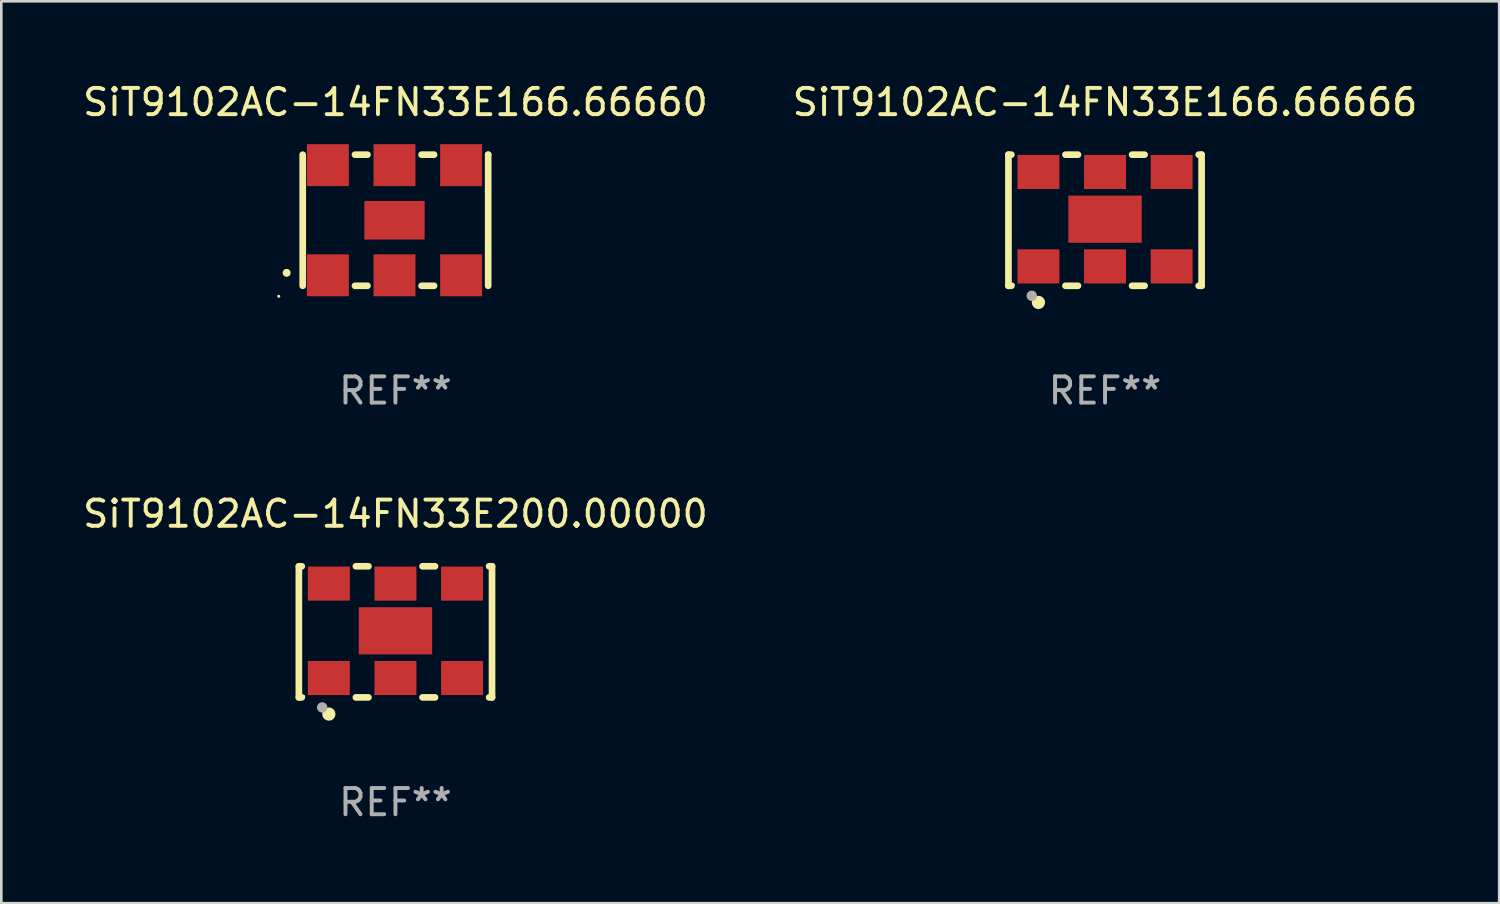
<source format=kicad_pcb>
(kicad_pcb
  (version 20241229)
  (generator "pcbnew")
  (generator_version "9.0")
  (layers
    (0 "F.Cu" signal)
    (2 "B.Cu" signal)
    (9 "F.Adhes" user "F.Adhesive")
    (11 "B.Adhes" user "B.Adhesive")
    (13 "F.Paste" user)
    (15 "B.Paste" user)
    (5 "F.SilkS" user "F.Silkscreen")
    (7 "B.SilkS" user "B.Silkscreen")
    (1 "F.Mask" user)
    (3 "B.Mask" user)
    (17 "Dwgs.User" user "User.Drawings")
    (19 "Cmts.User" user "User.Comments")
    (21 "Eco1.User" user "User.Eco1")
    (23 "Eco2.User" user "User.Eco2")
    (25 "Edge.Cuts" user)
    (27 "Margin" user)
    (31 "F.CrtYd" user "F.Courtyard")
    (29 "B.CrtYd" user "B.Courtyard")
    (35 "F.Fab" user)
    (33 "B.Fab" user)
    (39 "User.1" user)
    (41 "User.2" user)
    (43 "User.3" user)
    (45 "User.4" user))
  (footprint "SiT9102AC-14FN33E166.66660"
    (layer "F.Cu")
    (at 12.03 5.348)
    (property "Reference" "SiT9102AC-14FN33E166.66660" (at 0 -4.5 0) (layer "F.SilkS") (effects (font (size 1 1) (thickness 0.15))))
    (attr through_hole)
    (fp_line (start -3.536 -2.5) (end -3.536 2.5) (stroke (width 0.254) (type solid)) (layer "F.SilkS"))
    (fp_line (start -1.544 2.5) (end -1.067 2.5) (stroke (width 0.254) (type solid)) (layer "F.SilkS"))
    (fp_line (start -1.067 -2.5) (end -1.544 -2.5) (stroke (width 0.254) (type solid)) (layer "F.SilkS"))
    (fp_line (start 0.996 2.5) (end 1.473 2.5) (stroke (width 0.254) (type solid)) (layer "F.SilkS"))
    (fp_line (start 1.473 -2.5) (end 0.996 -2.5) (stroke (width 0.254) (type solid)) (layer "F.SilkS"))
    (fp_line (start 3.536 -2.5) (end 3.536 -2.5) (stroke (width 0.254) (type solid)) (layer "F.SilkS"))
    (fp_line (start 3.536 2.5) (end 3.536 -2.5) (stroke (width 0.254) (type solid)) (layer "F.SilkS"))
    (fp_arc (start -4.150432 2.006604) (mid -4.149162 2.006599) (end -4.147892 2.006604) (stroke (width 0.3) (type solid)) (layer "F.SilkS"))
    (fp_circle (center -4.449 2.9) (end -4.419 2.9) (stroke (width 0.06) (type solid)) (fill no) (layer "F.SilkS"))
    (fp_text user "REF**" (at 0 6.5 0) (layer "F.Fab") (effects (font (size 1 1) (thickness 0.15))))
    (pad "1" smd rect (at -2.576 2.1) (size 1.6 1.6) (layers "F.Cu" "F.Mask" "F.Paste"))
    (pad "2" smd rect (at -0.036 2.1) (size 1.6 1.6) (layers "F.Cu" "F.Mask" "F.Paste"))
    (pad "3" smd rect (at 2.504 2.1) (size 1.6 1.6) (layers "F.Cu" "F.Mask" "F.Paste"))
    (pad "4" smd rect (at 2.504 -2.1) (size 1.6 1.6) (layers "F.Cu" "F.Mask" "F.Paste"))
    (pad "5" smd rect (at -0.036 -2.1) (size 1.6 1.6) (layers "F.Cu" "F.Mask" "F.Paste"))
    (pad "6" smd rect (at -2.576 -2.1) (size 1.6 1.6) (layers "F.Cu" "F.Mask" "F.Paste"))
    (pad "7" smd rect (at -0.036 0) (size 2.3 1.47) (layers "F.Cu" "F.Mask" "F.Paste")))
  (footprint "SiT9102AC-14FN33E200.00000"
    (layer "F.Cu")
    (at 12.03 21.045)
    (property "Reference" "SiT9102AC-14FN33E200.00000" (at 0 -4.5 0) (layer "F.SilkS") (effects (font (size 1 1) (thickness 0.15))))
    (attr through_hole)
    (fp_line (start -3.683 -2.5) (end -3.571 -2.5) (stroke (width 0.254) (type solid)) (layer "F.SilkS"))
    (fp_line (start -3.683 2.5) (end -3.683 -2.5) (stroke (width 0.254) (type solid)) (layer "F.SilkS"))
    (fp_line (start -3.683 2.5) (end -3.571 2.5) (stroke (width 0.254) (type solid)) (layer "F.SilkS"))
    (fp_line (start -1.509 -2.5) (end -1.031 -2.5) (stroke (width 0.254) (type solid)) (layer "F.SilkS"))
    (fp_line (start -1.509 2.5) (end -1.031 2.5) (stroke (width 0.254) (type solid)) (layer "F.SilkS"))
    (fp_line (start 1.031 -2.5) (end 1.509 -2.5) (stroke (width 0.254) (type solid)) (layer "F.SilkS"))
    (fp_line (start 1.031 2.5) (end 1.509 2.5) (stroke (width 0.254) (type solid)) (layer "F.SilkS"))
    (fp_line (start 3.571 -2.5) (end 3.683 -2.5) (stroke (width 0.254) (type solid)) (layer "F.SilkS"))
    (fp_line (start 3.571 2.5) (end 3.683 2.5) (stroke (width 0.254) (type solid)) (layer "F.SilkS"))
    (fp_line (start 3.683 2.5) (end 3.683 -2.5) (stroke (width 0.254) (type solid)) (layer "F.SilkS"))
    (fp_circle (center -3.5 2.46) (end -3.47 2.46) (stroke (width 0.06) (type solid)) (fill no) (layer "F.SilkS"))
    (fp_circle (center -2.54 3.135) (end -2.413 3.135) (stroke (width 0.254) (type solid)) (fill no) (layer "F.SilkS"))
    (fp_circle (center -2.794 2.881) (end -2.694 2.881) (stroke (width 0.2) (type solid)) (fill no) (layer "F.Fab"))
    (fp_text user "REF**" (at 0 6.5 0) (layer "F.Fab") (effects (font (size 1 1) (thickness 0.15))))
    (pad "1" smd rect (at -2.54 1.76) (size 1.6 1.3) (layers "F.Cu" "F.Mask" "F.Paste"))
    (pad "2" smd rect (at 0 1.76) (size 1.6 1.3) (layers "F.Cu" "F.Mask" "F.Paste"))
    (pad "3" smd rect (at 2.54 1.76) (size 1.6 1.3) (layers "F.Cu" "F.Mask" "F.Paste"))
    (pad "4" smd rect (at 2.54 -1.84) (size 1.6 1.3) (layers "F.Cu" "F.Mask" "F.Paste"))
    (pad "5" smd rect (at 0 -1.84) (size 1.6 1.3) (layers "F.Cu" "F.Mask" "F.Paste"))
    (pad "6" smd rect (at -2.54 -1.84) (size 1.6 1.3) (layers "F.Cu" "F.Mask" "F.Paste"))
    (pad "7" smd rect (at 0 -0.04) (size 2.8 1.8) (layers "F.Cu" "F.Mask" "F.Paste")))
  (footprint "SiT9102AC-14FN33E166.66666"
    (layer "F.Cu")
    (at 39.089 5.348)
    (property "Reference" "SiT9102AC-14FN33E166.66666" (at 0 -4.5 0) (layer "F.SilkS") (effects (font (size 1 1) (thickness 0.15))))
    (attr through_hole)
    (fp_line (start -3.683 -2.5) (end -3.571 -2.5) (stroke (width 0.254) (type solid)) (layer "F.SilkS"))
    (fp_line (start -3.683 2.5) (end -3.683 -2.5) (stroke (width 0.254) (type solid)) (layer "F.SilkS"))
    (fp_line (start -3.683 2.5) (end -3.571 2.5) (stroke (width 0.254) (type solid)) (layer "F.SilkS"))
    (fp_line (start -1.509 -2.5) (end -1.031 -2.5) (stroke (width 0.254) (type solid)) (layer "F.SilkS"))
    (fp_line (start -1.509 2.5) (end -1.031 2.5) (stroke (width 0.254) (type solid)) (layer "F.SilkS"))
    (fp_line (start 1.031 -2.5) (end 1.509 -2.5) (stroke (width 0.254) (type solid)) (layer "F.SilkS"))
    (fp_line (start 1.031 2.5) (end 1.509 2.5) (stroke (width 0.254) (type solid)) (layer "F.SilkS"))
    (fp_line (start 3.571 -2.5) (end 3.683 -2.5) (stroke (width 0.254) (type solid)) (layer "F.SilkS"))
    (fp_line (start 3.571 2.5) (end 3.683 2.5) (stroke (width 0.254) (type solid)) (layer "F.SilkS"))
    (fp_line (start 3.683 2.5) (end 3.683 -2.5) (stroke (width 0.254) (type solid)) (layer "F.SilkS"))
    (fp_circle (center -3.5 2.46) (end -3.47 2.46) (stroke (width 0.06) (type solid)) (fill no) (layer "F.SilkS"))
    (fp_circle (center -2.54 3.135) (end -2.413 3.135) (stroke (width 0.254) (type solid)) (fill no) (layer "F.SilkS"))
    (fp_circle (center -2.794 2.881) (end -2.694 2.881) (stroke (width 0.2) (type solid)) (fill no) (layer "F.Fab"))
    (fp_text user "REF**" (at 0 6.5 0) (layer "F.Fab") (effects (font (size 1 1) (thickness 0.15))))
    (pad "1" smd rect (at -2.54 1.76) (size 1.6 1.3) (layers "F.Cu" "F.Mask" "F.Paste"))
    (pad "2" smd rect (at 0 1.76) (size 1.6 1.3) (layers "F.Cu" "F.Mask" "F.Paste"))
    (pad "3" smd rect (at 2.54 1.76) (size 1.6 1.3) (layers "F.Cu" "F.Mask" "F.Paste"))
    (pad "4" smd rect (at 2.54 -1.84) (size 1.6 1.3) (layers "F.Cu" "F.Mask" "F.Paste"))
    (pad "5" smd rect (at 0 -1.84) (size 1.6 1.3) (layers "F.Cu" "F.Mask" "F.Paste"))
    (pad "6" smd rect (at -2.54 -1.84) (size 1.6 1.3) (layers "F.Cu" "F.Mask" "F.Paste"))
    (pad "7" smd rect (at 0 -0.04) (size 2.8 1.8) (layers "F.Cu" "F.Mask" "F.Paste")))
  (gr_rect
    (start -3 -3)
    (end 54.119 31.393)
    (stroke (width 0.1) (type default))
    (fill no)
    (layer "Edge.Cuts")))
</source>
